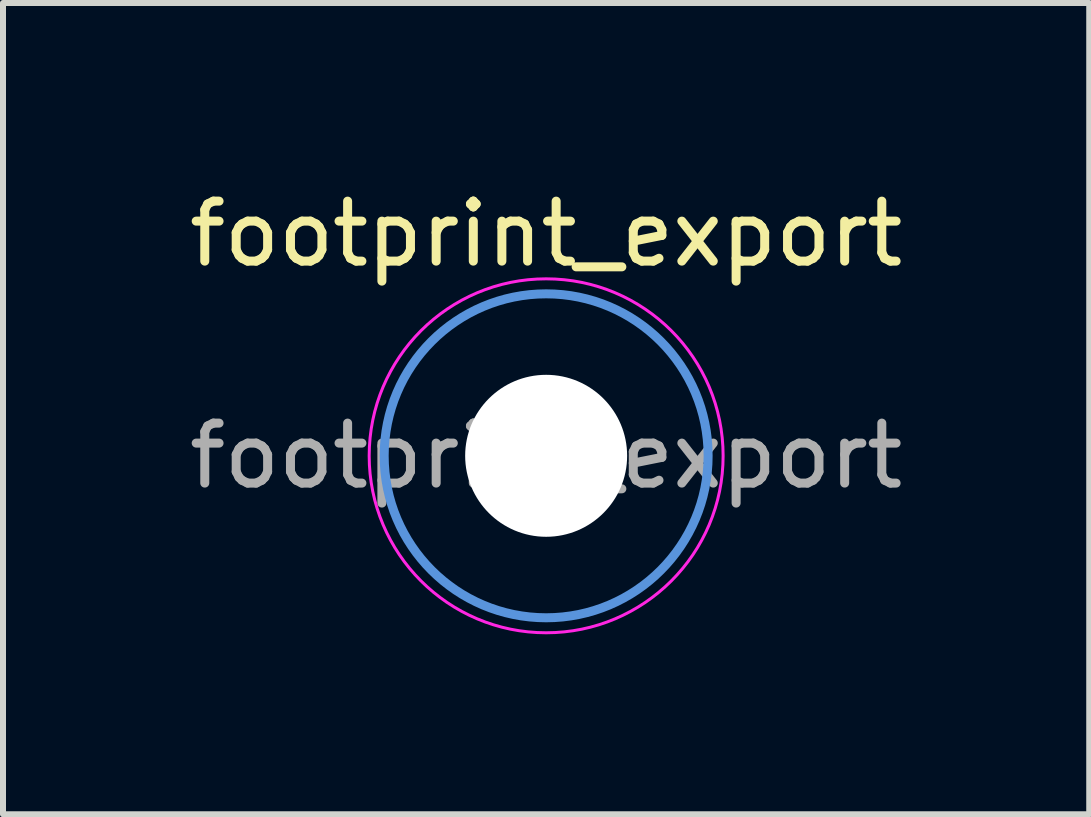
<source format=kicad_pcb>
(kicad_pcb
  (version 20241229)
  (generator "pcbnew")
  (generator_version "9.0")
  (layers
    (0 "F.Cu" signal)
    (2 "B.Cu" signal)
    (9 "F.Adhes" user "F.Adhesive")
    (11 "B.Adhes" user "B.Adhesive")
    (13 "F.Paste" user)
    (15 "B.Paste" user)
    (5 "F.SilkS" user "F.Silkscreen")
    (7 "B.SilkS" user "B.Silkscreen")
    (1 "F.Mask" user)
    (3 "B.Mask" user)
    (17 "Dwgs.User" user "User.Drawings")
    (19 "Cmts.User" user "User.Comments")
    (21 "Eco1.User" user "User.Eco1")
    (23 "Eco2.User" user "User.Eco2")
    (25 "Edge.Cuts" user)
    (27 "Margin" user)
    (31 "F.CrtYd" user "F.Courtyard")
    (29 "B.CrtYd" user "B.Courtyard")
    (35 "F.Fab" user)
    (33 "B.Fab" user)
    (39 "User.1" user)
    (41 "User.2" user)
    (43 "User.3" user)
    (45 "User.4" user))
  (footprint "footprint_export"
    (layer "F.Cu")
    (at 6.054 4.548)
    (property "Reference" "footprint_export" (at 0 -3.7 0) (layer "F.SilkS") (effects (font (size 1 1) (thickness 0.15))))
    (attr exclude_from_pos_files exclude_from_bom)
    (fp_circle (center 0 0) (end 2.7 0) (stroke (width 0.15) (type solid)) (fill no) (layer "Cmts.User"))
    (fp_circle (center 0 0) (end 2.95 0) (stroke (width 0.05) (type solid)) (fill no) (layer "F.CrtYd"))
    (fp_text user "${REFERENCE}" (at 0 0 0) (layer "F.Fab") (effects (font (size 1 1) (thickness 0.15))))
    (pad "" np_thru_hole circle (at 0 0) (size 2.7 2.7) (drill 2.7) (layers "*.Cu" "*.Mask")))
  (gr_rect
    (start -3 -3)
    (end 15.107 10.523)
    (stroke (width 0.1) (type default))
    (fill no)
    (layer "Edge.Cuts")))
</source>
